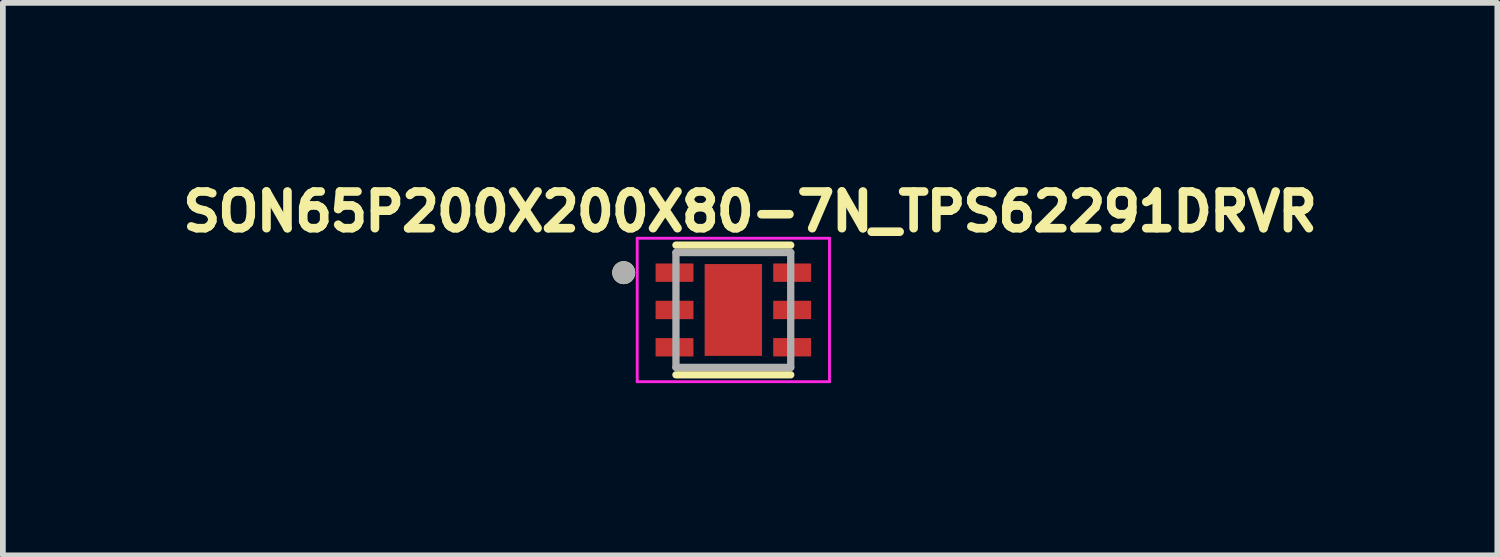
<source format=kicad_pcb>
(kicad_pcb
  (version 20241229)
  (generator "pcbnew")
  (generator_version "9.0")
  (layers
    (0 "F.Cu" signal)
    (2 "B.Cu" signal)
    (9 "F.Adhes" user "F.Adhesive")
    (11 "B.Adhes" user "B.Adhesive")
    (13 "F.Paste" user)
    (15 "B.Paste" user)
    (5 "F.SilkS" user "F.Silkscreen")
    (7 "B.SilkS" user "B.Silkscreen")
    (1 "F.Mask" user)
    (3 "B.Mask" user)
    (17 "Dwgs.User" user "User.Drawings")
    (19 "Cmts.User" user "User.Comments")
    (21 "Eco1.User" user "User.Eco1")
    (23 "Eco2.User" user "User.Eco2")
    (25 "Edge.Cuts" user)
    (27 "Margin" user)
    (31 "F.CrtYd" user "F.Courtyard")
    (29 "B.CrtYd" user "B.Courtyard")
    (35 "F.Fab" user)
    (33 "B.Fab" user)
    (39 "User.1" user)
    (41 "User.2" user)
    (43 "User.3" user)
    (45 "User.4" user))
  (footprint "SON65P200X200X80-7N_TPS62291DRVR"
    (layer "F.Cu")
    (at 9.728 2.351)
    (property "Reference" "SON65P200X200X80-7N_TPS62291DRVR" (at 0.292 -1.713 0) (layer "F.SilkS") (effects (font (size 0.64 0.64) (thickness 0.15))))
    (attr smd)
    (fp_line (start -1 -1.13) (end 1 -1.13) (stroke (width 0.127) (type solid)) (layer "F.SilkS"))
    (fp_line (start -1 1.13) (end 1 1.13) (stroke (width 0.127) (type solid)) (layer "F.SilkS"))
    (fp_circle (center -1.91 -0.65) (end -1.81 -0.65) (stroke (width 0.2) (type solid)) (fill no) (layer "F.SilkS"))
    (fp_poly (pts (xy -0.316 -0.506) (xy 0.316 -0.506) (xy 0.316 0.506) (xy -0.316 0.506)) (stroke (width 0.01) (type solid)) (fill yes) (layer "F.Paste"))
    (fp_line (start -1.675 -1.25) (end -1.675 1.25) (stroke (width 0.05) (type solid)) (layer "F.CrtYd"))
    (fp_line (start -1.675 -1.25) (end 1.675 -1.25) (stroke (width 0.05) (type solid)) (layer "F.CrtYd"))
    (fp_line (start -1.675 1.25) (end 1.675 1.25) (stroke (width 0.05) (type solid)) (layer "F.CrtYd"))
    (fp_line (start 1.675 -1.25) (end 1.675 1.25) (stroke (width 0.05) (type solid)) (layer "F.CrtYd"))
    (fp_line (start -1 -1) (end -1 1) (stroke (width 0.127) (type solid)) (layer "F.Fab"))
    (fp_line (start -1 -1) (end 1 -1) (stroke (width 0.127) (type solid)) (layer "F.Fab"))
    (fp_line (start -1 1) (end 1 1) (stroke (width 0.127) (type solid)) (layer "F.Fab"))
    (fp_line (start 1 -1) (end 1 1) (stroke (width 0.127) (type solid)) (layer "F.Fab"))
    (fp_circle (center -1.91 -0.65) (end -1.81 -0.65) (stroke (width 0.2) (type solid)) (fill no) (layer "F.Fab"))
    (pad "1" smd rect (at -1.025 -0.65) (size 0.66 0.32) (layers "F.Cu" "F.Mask" "F.Paste"))
    (pad "2" smd rect (at -1.025 0) (size 0.66 0.32) (layers "F.Cu" "F.Mask" "F.Paste"))
    (pad "3" smd rect (at -1.025 0.65) (size 0.66 0.32) (layers "F.Cu" "F.Mask" "F.Paste"))
    (pad "4" smd rect (at 1.025 0.65) (size 0.66 0.32) (layers "F.Cu" "F.Mask" "F.Paste"))
    (pad "5" smd rect (at 1.025 0) (size 0.66 0.32) (layers "F.Cu" "F.Mask" "F.Paste"))
    (pad "6" smd rect (at 1.025 -0.65) (size 0.66 0.32) (layers "F.Cu" "F.Mask" "F.Paste"))
    (pad "7" smd rect (at 0 0 90) (size 1.6 1) (layers "F.Cu" "F.Mask")))
  (gr_rect
    (start -3 -3)
    (end 23.04 6.626)
    (stroke (width 0.1) (type default))
    (fill no)
    (layer "Edge.Cuts")))
</source>
